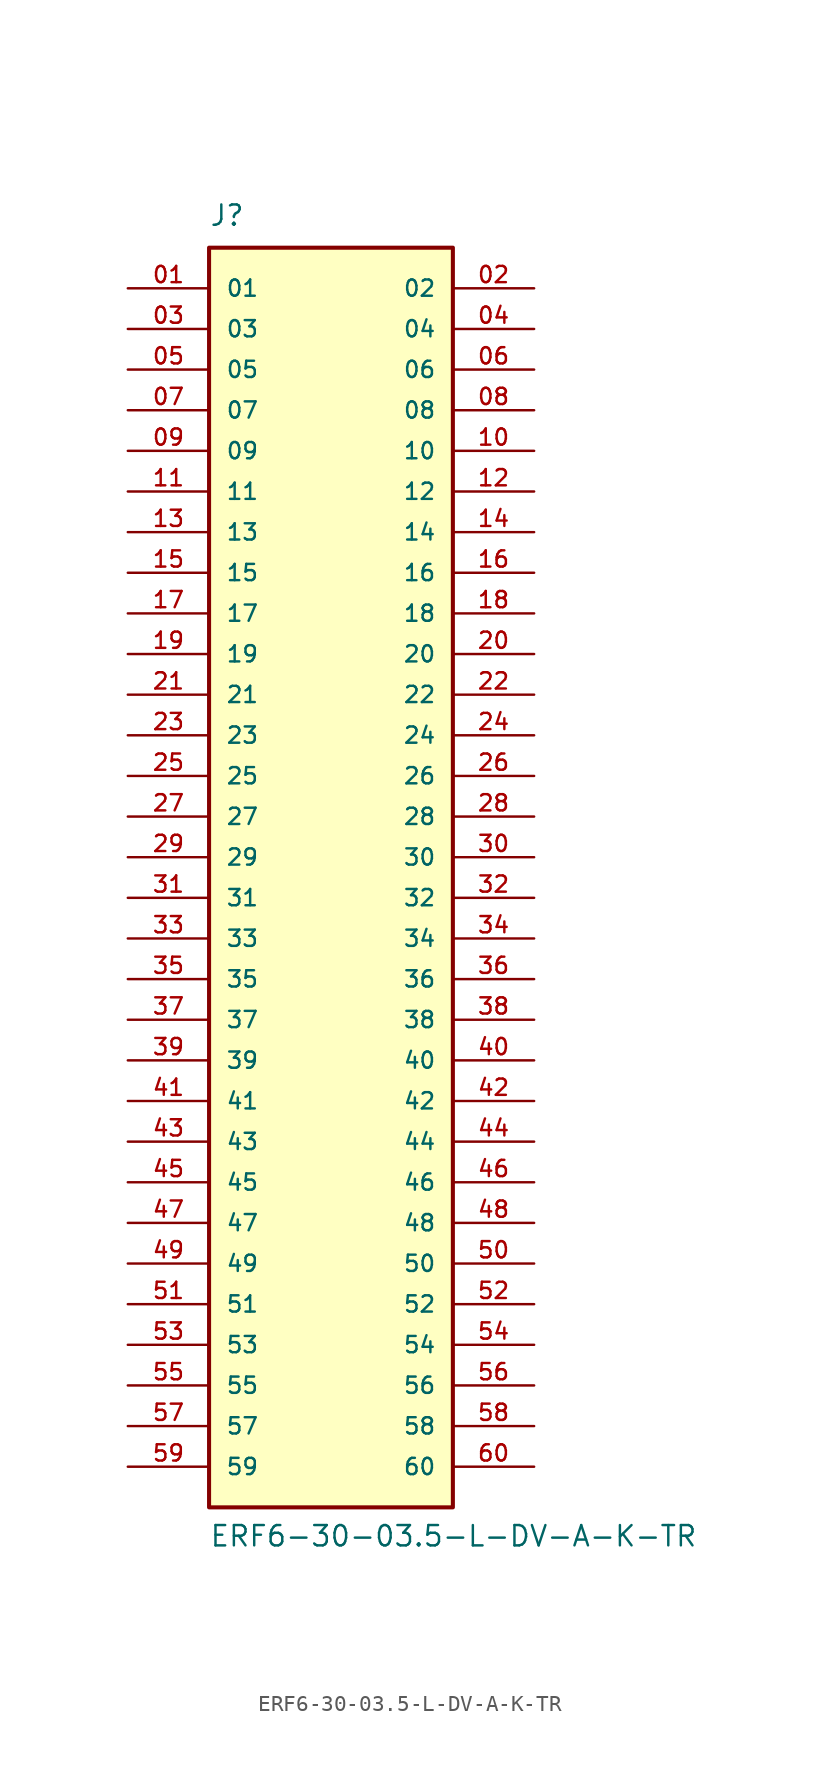
<source format=kicad_sym>
(kicad_symbol_lib
  (version 20211014)
  (generator kicad_symbol_editor)
  (symbol "ERF6-30-03.5-L-DV-A-K-TR"
    (pin_names
      (offset 1.016))
    (property "Reference" "J"
      (at -7.62 39.37 0)
      (effects (font (size 1.27 1.27)) (justify bottom left)))
    (property "Value" "ERF6-30-03.5-L-DV-A-K-TR"
      (at -7.62 -43.18 0)
      (effects (font (size 1.27 1.27)) (justify bottom left)))
    (symbol "ERF6-30-03.5-L-DV-A-K-TR_0_0"
      (rectangle (start -7.62 -40.64) (end 7.62 38.1) (stroke (width 0.254)) (fill (type background)))
      (pin passive line (at -12.7 35.56 0) (length 5.08) (name "01" (effects (font (size 1.016 1.016)))) (number "01" (effects (font (size 1.016 1.016)))))
      (pin passive line (at 12.7 35.56 180.0) (length 5.08) (name "02" (effects (font (size 1.016 1.016)))) (number "02" (effects (font (size 1.016 1.016)))))
      (pin passive line (at -12.7 33.02 0) (length 5.08) (name "03" (effects (font (size 1.016 1.016)))) (number "03" (effects (font (size 1.016 1.016)))))
      (pin passive line (at 12.7 33.02 180.0) (length 5.08) (name "04" (effects (font (size 1.016 1.016)))) (number "04" (effects (font (size 1.016 1.016)))))
      (pin passive line (at -12.7 30.48 0) (length 5.08) (name "05" (effects (font (size 1.016 1.016)))) (number "05" (effects (font (size 1.016 1.016)))))
      (pin passive line (at 12.7 30.48 180.0) (length 5.08) (name "06" (effects (font (size 1.016 1.016)))) (number "06" (effects (font (size 1.016 1.016)))))
      (pin passive line (at -12.7 27.94 0) (length 5.08) (name "07" (effects (font (size 1.016 1.016)))) (number "07" (effects (font (size 1.016 1.016)))))
      (pin passive line (at 12.7 27.94 180.0) (length 5.08) (name "08" (effects (font (size 1.016 1.016)))) (number "08" (effects (font (size 1.016 1.016)))))
      (pin passive line (at -12.7 25.4 0) (length 5.08) (name "09" (effects (font (size 1.016 1.016)))) (number "09" (effects (font (size 1.016 1.016)))))
      (pin passive line (at 12.7 25.4 180.0) (length 5.08) (name "10" (effects (font (size 1.016 1.016)))) (number "10" (effects (font (size 1.016 1.016)))))
      (pin passive line (at -12.7 22.86 0) (length 5.08) (name "11" (effects (font (size 1.016 1.016)))) (number "11" (effects (font (size 1.016 1.016)))))
      (pin passive line (at 12.7 22.86 180.0) (length 5.08) (name "12" (effects (font (size 1.016 1.016)))) (number "12" (effects (font (size 1.016 1.016)))))
      (pin passive line (at -12.7 20.32 0) (length 5.08) (name "13" (effects (font (size 1.016 1.016)))) (number "13" (effects (font (size 1.016 1.016)))))
      (pin passive line (at 12.7 20.32 180.0) (length 5.08) (name "14" (effects (font (size 1.016 1.016)))) (number "14" (effects (font (size 1.016 1.016)))))
      (pin passive line (at -12.7 17.78 0) (length 5.08) (name "15" (effects (font (size 1.016 1.016)))) (number "15" (effects (font (size 1.016 1.016)))))
      (pin passive line (at 12.7 17.78 180.0) (length 5.08) (name "16" (effects (font (size 1.016 1.016)))) (number "16" (effects (font (size 1.016 1.016)))))
      (pin passive line (at -12.7 15.24 0) (length 5.08) (name "17" (effects (font (size 1.016 1.016)))) (number "17" (effects (font (size 1.016 1.016)))))
      (pin passive line (at 12.7 15.24 180.0) (length 5.08) (name "18" (effects (font (size 1.016 1.016)))) (number "18" (effects (font (size 1.016 1.016)))))
      (pin passive line (at -12.7 12.7 0) (length 5.08) (name "19" (effects (font (size 1.016 1.016)))) (number "19" (effects (font (size 1.016 1.016)))))
      (pin passive line (at 12.7 12.7 180.0) (length 5.08) (name "20" (effects (font (size 1.016 1.016)))) (number "20" (effects (font (size 1.016 1.016)))))
      (pin passive line (at -12.7 10.16 0) (length 5.08) (name "21" (effects (font (size 1.016 1.016)))) (number "21" (effects (font (size 1.016 1.016)))))
      (pin passive line (at 12.7 10.16 180.0) (length 5.08) (name "22" (effects (font (size 1.016 1.016)))) (number "22" (effects (font (size 1.016 1.016)))))
      (pin passive line (at -12.7 7.62 0) (length 5.08) (name "23" (effects (font (size 1.016 1.016)))) (number "23" (effects (font (size 1.016 1.016)))))
      (pin passive line (at 12.7 7.62 180.0) (length 5.08) (name "24" (effects (font (size 1.016 1.016)))) (number "24" (effects (font (size 1.016 1.016)))))
      (pin passive line (at -12.7 5.08 0) (length 5.08) (name "25" (effects (font (size 1.016 1.016)))) (number "25" (effects (font (size 1.016 1.016)))))
      (pin passive line (at 12.7 5.08 180.0) (length 5.08) (name "26" (effects (font (size 1.016 1.016)))) (number "26" (effects (font (size 1.016 1.016)))))
      (pin passive line (at -12.7 2.54 0) (length 5.08) (name "27" (effects (font (size 1.016 1.016)))) (number "27" (effects (font (size 1.016 1.016)))))
      (pin passive line (at 12.7 2.54 180.0) (length 5.08) (name "28" (effects (font (size 1.016 1.016)))) (number "28" (effects (font (size 1.016 1.016)))))
      (pin passive line (at -12.7 0.0 0) (length 5.08) (name "29" (effects (font (size 1.016 1.016)))) (number "29" (effects (font (size 1.016 1.016)))))
      (pin passive line (at 12.7 0.0 180.0) (length 5.08) (name "30" (effects (font (size 1.016 1.016)))) (number "30" (effects (font (size 1.016 1.016)))))
      (pin passive line (at -12.7 -2.54 0) (length 5.08) (name "31" (effects (font (size 1.016 1.016)))) (number "31" (effects (font (size 1.016 1.016)))))
      (pin passive line (at 12.7 -2.54 180.0) (length 5.08) (name "32" (effects (font (size 1.016 1.016)))) (number "32" (effects (font (size 1.016 1.016)))))
      (pin passive line (at -12.7 -5.08 0) (length 5.08) (name "33" (effects (font (size 1.016 1.016)))) (number "33" (effects (font (size 1.016 1.016)))))
      (pin passive line (at 12.7 -5.08 180.0) (length 5.08) (name "34" (effects (font (size 1.016 1.016)))) (number "34" (effects (font (size 1.016 1.016)))))
      (pin passive line (at -12.7 -7.62 0) (length 5.08) (name "35" (effects (font (size 1.016 1.016)))) (number "35" (effects (font (size 1.016 1.016)))))
      (pin passive line (at 12.7 -7.62 180.0) (length 5.08) (name "36" (effects (font (size 1.016 1.016)))) (number "36" (effects (font (size 1.016 1.016)))))
      (pin passive line (at -12.7 -10.16 0) (length 5.08) (name "37" (effects (font (size 1.016 1.016)))) (number "37" (effects (font (size 1.016 1.016)))))
      (pin passive line (at 12.7 -10.16 180.0) (length 5.08) (name "38" (effects (font (size 1.016 1.016)))) (number "38" (effects (font (size 1.016 1.016)))))
      (pin passive line (at -12.7 -12.7 0) (length 5.08) (name "39" (effects (font (size 1.016 1.016)))) (number "39" (effects (font (size 1.016 1.016)))))
      (pin passive line (at 12.7 -12.7 180.0) (length 5.08) (name "40" (effects (font (size 1.016 1.016)))) (number "40" (effects (font (size 1.016 1.016)))))
      (pin passive line (at -12.7 -15.24 0) (length 5.08) (name "41" (effects (font (size 1.016 1.016)))) (number "41" (effects (font (size 1.016 1.016)))))
      (pin passive line (at 12.7 -15.24 180.0) (length 5.08) (name "42" (effects (font (size 1.016 1.016)))) (number "42" (effects (font (size 1.016 1.016)))))
      (pin passive line (at -12.7 -17.78 0) (length 5.08) (name "43" (effects (font (size 1.016 1.016)))) (number "43" (effects (font (size 1.016 1.016)))))
      (pin passive line (at 12.7 -17.78 180.0) (length 5.08) (name "44" (effects (font (size 1.016 1.016)))) (number "44" (effects (font (size 1.016 1.016)))))
      (pin passive line (at -12.7 -20.32 0) (length 5.08) (name "45" (effects (font (size 1.016 1.016)))) (number "45" (effects (font (size 1.016 1.016)))))
      (pin passive line (at 12.7 -20.32 180.0) (length 5.08) (name "46" (effects (font (size 1.016 1.016)))) (number "46" (effects (font (size 1.016 1.016)))))
      (pin passive line (at -12.7 -22.86 0) (length 5.08) (name "47" (effects (font (size 1.016 1.016)))) (number "47" (effects (font (size 1.016 1.016)))))
      (pin passive line (at 12.7 -22.86 180.0) (length 5.08) (name "48" (effects (font (size 1.016 1.016)))) (number "48" (effects (font (size 1.016 1.016)))))
      (pin passive line (at -12.7 -25.4 0) (length 5.08) (name "49" (effects (font (size 1.016 1.016)))) (number "49" (effects (font (size 1.016 1.016)))))
      (pin passive line (at 12.7 -25.4 180.0) (length 5.08) (name "50" (effects (font (size 1.016 1.016)))) (number "50" (effects (font (size 1.016 1.016)))))
      (pin passive line (at -12.7 -27.94 0) (length 5.08) (name "51" (effects (font (size 1.016 1.016)))) (number "51" (effects (font (size 1.016 1.016)))))
      (pin passive line (at 12.7 -27.94 180.0) (length 5.08) (name "52" (effects (font (size 1.016 1.016)))) (number "52" (effects (font (size 1.016 1.016)))))
      (pin passive line (at -12.7 -30.48 0) (length 5.08) (name "53" (effects (font (size 1.016 1.016)))) (number "53" (effects (font (size 1.016 1.016)))))
      (pin passive line (at 12.7 -30.48 180.0) (length 5.08) (name "54" (effects (font (size 1.016 1.016)))) (number "54" (effects (font (size 1.016 1.016)))))
      (pin passive line (at -12.7 -33.02 0) (length 5.08) (name "55" (effects (font (size 1.016 1.016)))) (number "55" (effects (font (size 1.016 1.016)))))
      (pin passive line (at 12.7 -33.02 180.0) (length 5.08) (name "56" (effects (font (size 1.016 1.016)))) (number "56" (effects (font (size 1.016 1.016)))))
      (pin passive line (at -12.7 -35.56 0) (length 5.08) (name "57" (effects (font (size 1.016 1.016)))) (number "57" (effects (font (size 1.016 1.016)))))
      (pin passive line (at 12.7 -35.56 180.0) (length 5.08) (name "58" (effects (font (size 1.016 1.016)))) (number "58" (effects (font (size 1.016 1.016)))))
      (pin passive line (at -12.7 -38.1 0) (length 5.08) (name "59" (effects (font (size 1.016 1.016)))) (number "59" (effects (font (size 1.016 1.016)))))
      (pin passive line (at 12.7 -38.1 180.0) (length 5.08) (name "60" (effects (font (size 1.016 1.016)))) (number "60" (effects (font (size 1.016 1.016))))))))
</source>
